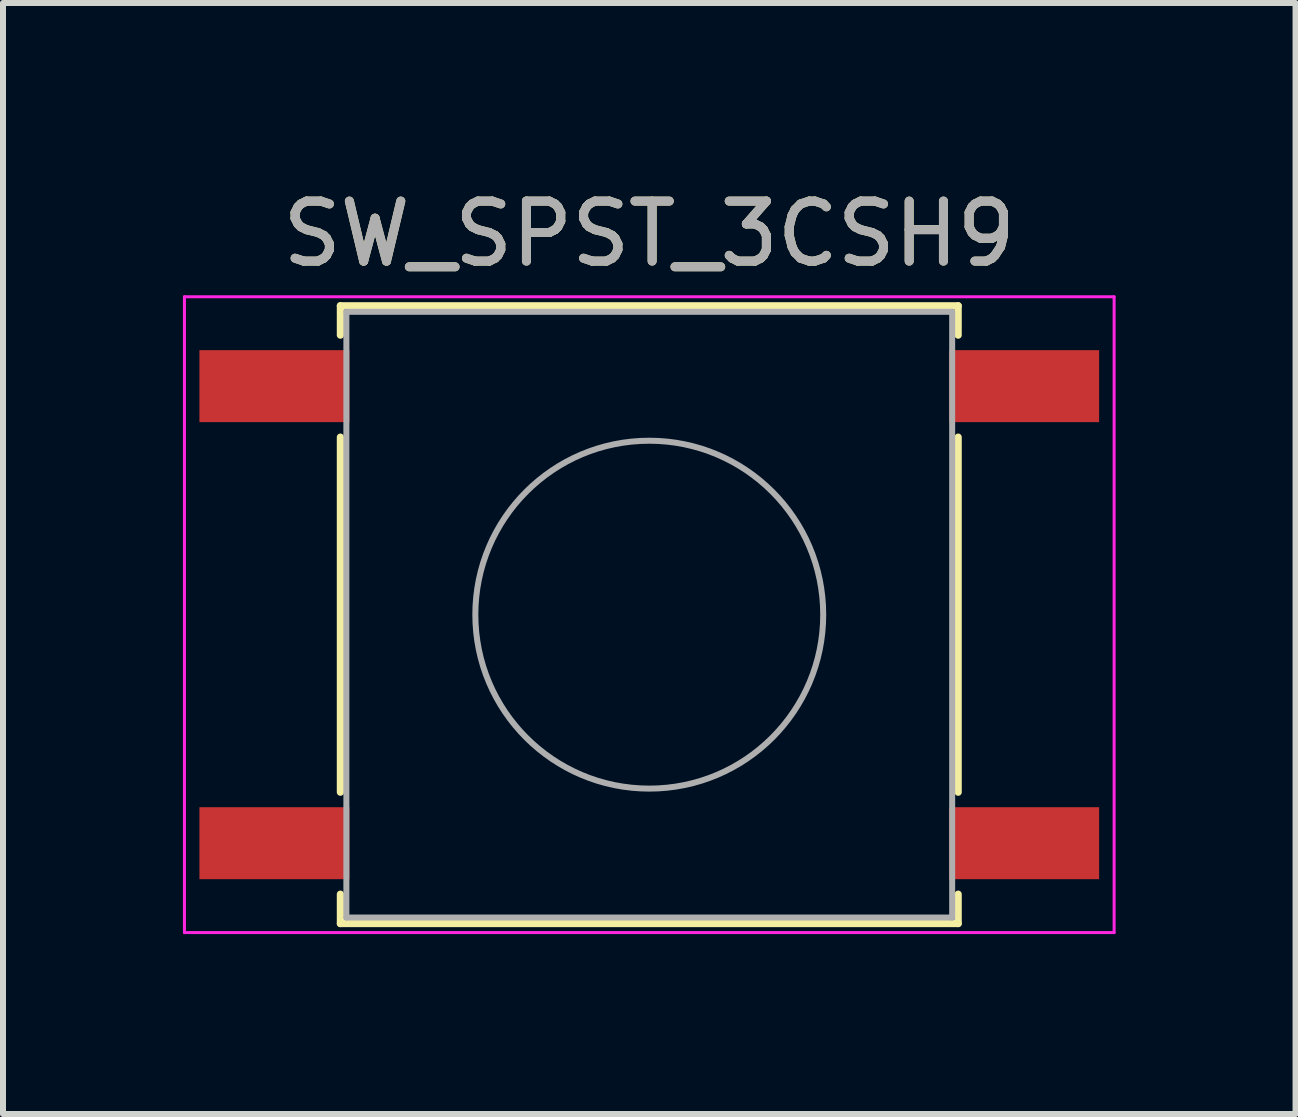
<source format=kicad_pcb>
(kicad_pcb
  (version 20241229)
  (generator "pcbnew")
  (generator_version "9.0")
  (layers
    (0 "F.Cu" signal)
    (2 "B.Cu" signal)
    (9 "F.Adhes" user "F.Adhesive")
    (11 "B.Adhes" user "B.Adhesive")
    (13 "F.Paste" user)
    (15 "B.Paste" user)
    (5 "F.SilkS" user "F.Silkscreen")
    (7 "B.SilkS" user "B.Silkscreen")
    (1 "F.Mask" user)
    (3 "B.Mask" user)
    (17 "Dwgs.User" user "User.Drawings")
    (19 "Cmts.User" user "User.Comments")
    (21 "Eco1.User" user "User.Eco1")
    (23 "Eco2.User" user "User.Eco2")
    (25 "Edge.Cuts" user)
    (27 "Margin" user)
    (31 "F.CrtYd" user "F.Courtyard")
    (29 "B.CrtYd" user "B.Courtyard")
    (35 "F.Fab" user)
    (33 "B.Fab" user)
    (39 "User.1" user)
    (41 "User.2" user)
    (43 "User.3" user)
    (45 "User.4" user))
  (footprint "SW_SPST_3CSH9"
    (layer "F.Cu")
    (at 7.775 7.198)
    (property "Reference" "SW_SPST_3CSH9" (at 0 -6.35 0) (layer "F.SilkS") (effects (font (size 1 1) (thickness 0.15))))
    (attr smd)
    (fp_line (start -5.15 -5.15) (end 5.15 -5.15) (stroke (width 0.12) (type solid)) (layer "F.SilkS"))
    (fp_line (start -5.15 -4.66) (end -5.15 -5.15) (stroke (width 0.12) (type solid)) (layer "F.SilkS"))
    (fp_line (start -5.15 2.96) (end -5.15 -2.96) (stroke (width 0.12) (type solid)) (layer "F.SilkS"))
    (fp_line (start -5.15 4.66) (end -5.15 5.15) (stroke (width 0.12) (type solid)) (layer "F.SilkS"))
    (fp_line (start -5.15 5.15) (end 5.15 5.15) (stroke (width 0.12) (type solid)) (layer "F.SilkS"))
    (fp_line (start 5.15 -4.66) (end 5.15 -5.15) (stroke (width 0.12) (type solid)) (layer "F.SilkS"))
    (fp_line (start 5.15 2.96) (end 5.15 -2.96) (stroke (width 0.12) (type solid)) (layer "F.SilkS"))
    (fp_line (start 5.15 4.66) (end 5.15 5.15) (stroke (width 0.12) (type solid)) (layer "F.SilkS"))
    (fp_line (start -7.75 -5.3) (end 7.75 -5.3) (stroke (width 0.05) (type solid)) (layer "F.CrtYd"))
    (fp_line (start -7.75 5.3) (end -7.75 -5.3) (stroke (width 0.05) (type solid)) (layer "F.CrtYd"))
    (fp_line (start -7.75 5.3) (end 7.75 5.3) (stroke (width 0.05) (type solid)) (layer "F.CrtYd"))
    (fp_line (start 7.75 5.3) (end 7.75 -5.3) (stroke (width 0.05) (type solid)) (layer "F.CrtYd"))
    (fp_line (start -5.05 -5.05) (end 5.05 -5.05) (stroke (width 0.1) (type solid)) (layer "F.Fab"))
    (fp_line (start -5.05 5.05) (end -5.05 -5.05) (stroke (width 0.1) (type solid)) (layer "F.Fab"))
    (fp_line (start 5.05 -5.05) (end 5.05 5.05) (stroke (width 0.1) (type solid)) (layer "F.Fab"))
    (fp_line (start 5.05 5.05) (end -5.05 5.05) (stroke (width 0.1) (type solid)) (layer "F.Fab"))
    (fp_circle (center 0 0) (end 2.9 0) (stroke (width 0.1) (type solid)) (fill no) (layer "F.Fab"))
    (fp_text user "${REFERENCE}" (at 0 -6.35 0) (layer "F.Fab") (effects (font (size 1 1) (thickness 0.15))))
    (pad "1" smd rect (at -6.25 -3.81) (size 2.5 1.2) (layers "F.Cu" "F.Mask" "F.Paste"))
    (pad "1" smd rect (at 6.25 -3.81) (size 2.5 1.2) (layers "F.Cu" "F.Mask" "F.Paste"))
    (pad "2" smd rect (at -6.25 3.81) (size 2.5 1.2) (layers "F.Cu" "F.Mask" "F.Paste"))
    (pad "2" smd rect (at 6.25 3.81) (size 2.5 1.2) (layers "F.Cu" "F.Mask" "F.Paste")))
  (gr_rect
    (start -3 -3)
    (end 18.55 15.523)
    (stroke (width 0.1) (type default))
    (fill no)
    (layer "Edge.Cuts")))
</source>
